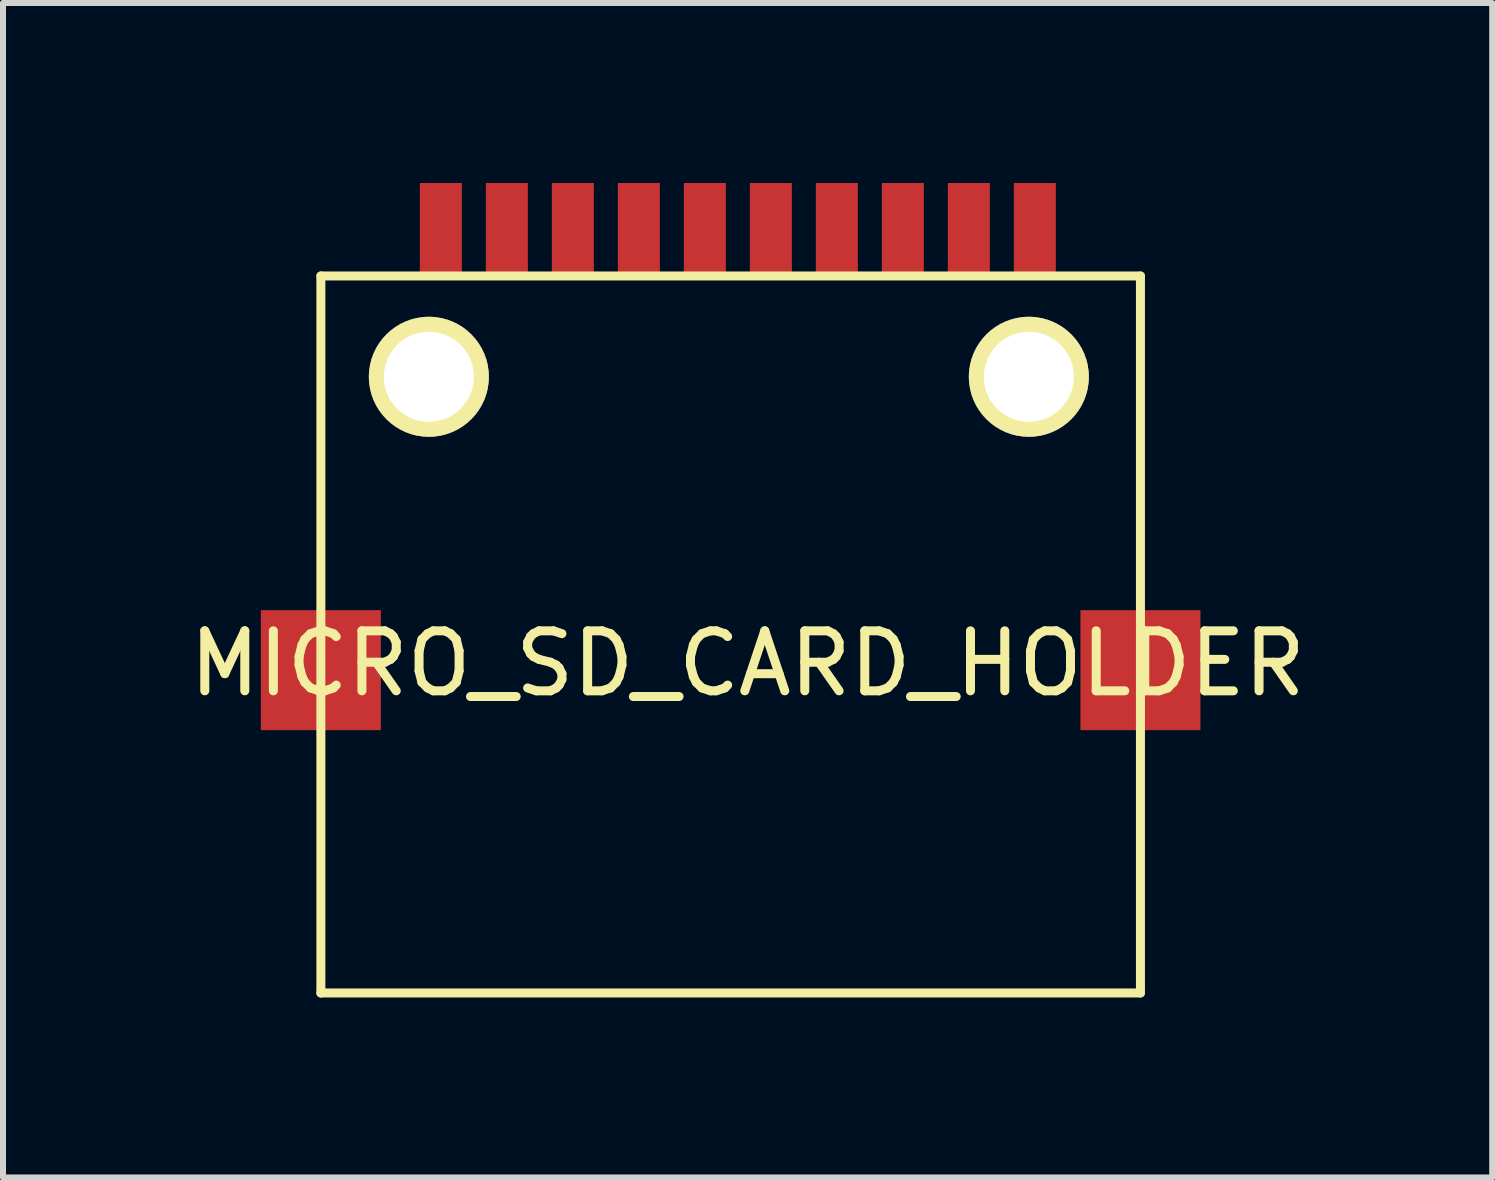
<source format=kicad_pcb>
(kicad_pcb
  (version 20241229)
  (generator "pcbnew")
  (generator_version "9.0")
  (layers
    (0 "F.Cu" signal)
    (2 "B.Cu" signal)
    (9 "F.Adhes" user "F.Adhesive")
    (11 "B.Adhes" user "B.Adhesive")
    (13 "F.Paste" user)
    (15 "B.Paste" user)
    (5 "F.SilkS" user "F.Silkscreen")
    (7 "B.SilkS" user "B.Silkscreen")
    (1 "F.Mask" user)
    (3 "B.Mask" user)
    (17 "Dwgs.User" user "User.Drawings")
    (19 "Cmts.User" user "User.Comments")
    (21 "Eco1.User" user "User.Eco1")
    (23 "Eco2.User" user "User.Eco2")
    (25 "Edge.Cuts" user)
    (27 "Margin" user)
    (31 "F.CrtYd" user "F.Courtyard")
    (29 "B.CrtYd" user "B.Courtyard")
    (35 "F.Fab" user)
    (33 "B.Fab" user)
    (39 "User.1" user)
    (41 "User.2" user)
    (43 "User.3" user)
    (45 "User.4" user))
  (footprint "MICRO_SD_CARD_HOLDER"
    (layer "F.Cu")
    (at 4.298 0.75)
    (property "Reference" "MICRO_SD_CARD_HOLDER" (at 5.113 7.259 0) (layer "F.SilkS") (effects (font (size 1 1) (thickness 0.15))))
    (attr through_hole)
    (fp_line (start -2 0.8) (end 11.66 0.8) (stroke (width 0.15) (type solid)) (layer "F.SilkS"))
    (fp_line (start -2 12.75) (end -2 0.8) (stroke (width 0.15) (type solid)) (layer "F.SilkS"))
    (fp_line (start 11.66 0.8) (end 11.66 12.75) (stroke (width 0.15) (type solid)) (layer "F.SilkS"))
    (fp_line (start 11.66 12.75) (end -2 12.75) (stroke (width 0.15) (type solid)) (layer "F.SilkS"))
    (pad "" smd rect (at -2 7.37) (size 2 2) (layers "F.Cu" "F.Mask" "F.Paste"))
    (pad "" thru_hole circle (at -0.2 2.48) (size 2 2) (drill 1.5) (layers "*.Cu" "*.Mask" "F.SilkS"))
    (pad "" thru_hole circle (at 9.8 2.48) (size 2 2) (drill 1.5) (layers "*.Cu" "*.Mask" "F.SilkS"))
    (pad "" smd rect (at 11.66 7.37) (size 2 2) (layers "F.Cu" "F.Mask" "F.Paste"))
    (pad "1" smd rect (at 0 0) (size 0.7 1.5) (layers "F.Cu" "F.Mask" "F.Paste"))
    (pad "2" smd rect (at 1.1 0) (size 0.7 1.5) (layers "F.Cu" "F.Mask" "F.Paste"))
    (pad "3" smd rect (at 2.2 0) (size 0.7 1.5) (layers "F.Cu" "F.Mask" "F.Paste"))
    (pad "4" smd rect (at 3.3 0) (size 0.7 1.5) (layers "F.Cu" "F.Mask" "F.Paste"))
    (pad "5" smd rect (at 4.4 0) (size 0.7 1.5) (layers "F.Cu" "F.Mask" "F.Paste"))
    (pad "6" smd rect (at 5.5 0) (size 0.7 1.5) (layers "F.Cu" "F.Mask" "F.Paste"))
    (pad "7" smd rect (at 6.6 0) (size 0.7 1.5) (layers "F.Cu" "F.Mask" "F.Paste"))
    (pad "8" smd rect (at 7.7 0) (size 0.7 1.5) (layers "F.Cu" "F.Mask" "F.Paste"))
    (pad "9" smd rect (at 8.8 0) (size 0.7 1.5) (layers "F.Cu" "F.Mask" "F.Paste"))
    (pad "10" smd rect (at 9.9 0) (size 0.7 1.5) (layers "F.Cu" "F.Mask" "F.Paste")))
  (gr_rect
    (start -3 -3)
    (end 21.821 16.575)
    (stroke (width 0.1) (type default))
    (fill no)
    (layer "Edge.Cuts")))
</source>
